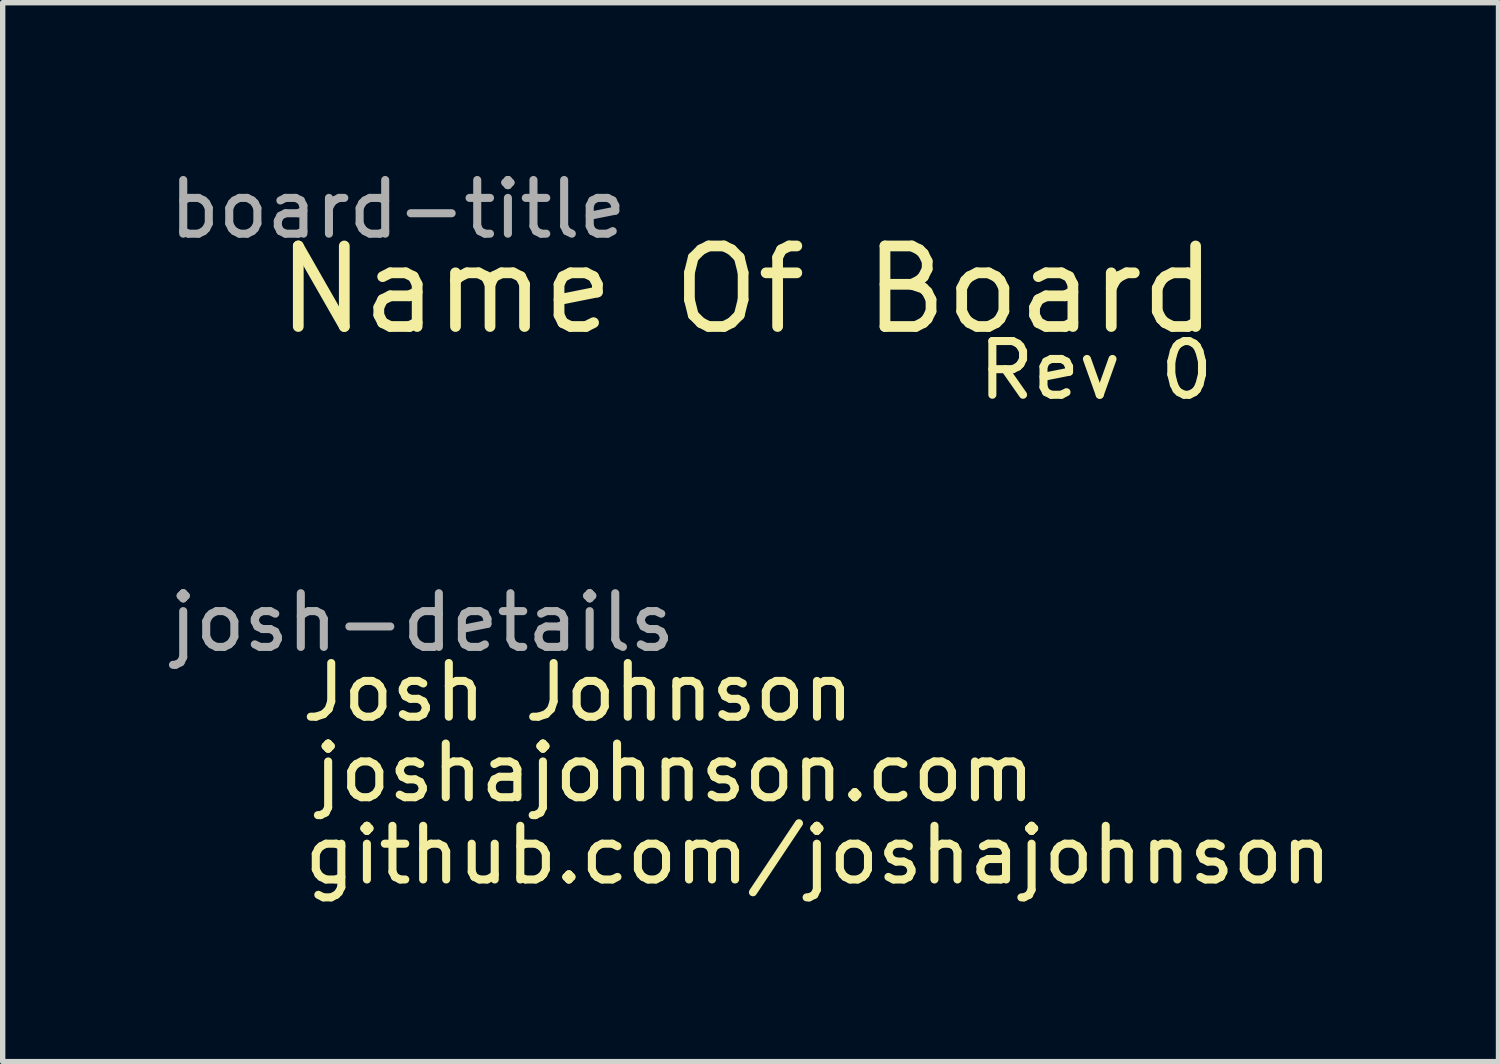
<source format=kicad_pcb>
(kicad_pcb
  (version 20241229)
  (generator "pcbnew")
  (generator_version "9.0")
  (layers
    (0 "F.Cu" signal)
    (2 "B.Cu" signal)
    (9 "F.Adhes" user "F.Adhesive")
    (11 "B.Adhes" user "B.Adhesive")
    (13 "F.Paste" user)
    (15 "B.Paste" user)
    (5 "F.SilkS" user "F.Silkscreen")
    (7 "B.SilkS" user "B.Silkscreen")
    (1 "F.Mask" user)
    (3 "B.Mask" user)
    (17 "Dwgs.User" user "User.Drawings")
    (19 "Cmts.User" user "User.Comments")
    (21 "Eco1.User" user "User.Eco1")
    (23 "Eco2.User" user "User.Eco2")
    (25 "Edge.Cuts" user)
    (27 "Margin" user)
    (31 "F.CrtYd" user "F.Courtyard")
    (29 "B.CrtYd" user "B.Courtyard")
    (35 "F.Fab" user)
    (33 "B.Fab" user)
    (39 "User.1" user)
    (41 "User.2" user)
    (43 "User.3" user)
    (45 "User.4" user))
  (footprint "board-title"
    (layer "F.Cu")
    (at 10.363 2.248)
    (property "Reference" "board-title" (at -6 -1.4 0) (layer "F.Fab") (effects (font (size 1 1) (thickness 0.15))))
    (attr through_hole)
    (fp_text user "YYYY-MM-DD" (at -2.8 1.6 0) (layer "F.Mask") (effects (font (size 1 1) (thickness 0.15))))
    (fp_text user "Rev 0" (at 7 1.6 0) (layer "F.SilkS") (effects (font (size 1 1) (thickness 0.15))))
    (fp_text user "Name Of Board" (at 0.5 0.1 0) (layer "F.SilkS") (effects (font (size 1.5 1.5) (thickness 0.2)))))
  (footprint "josh-details"
    (layer "F.Cu")
    (at 7.515 10.845)
    (property "Reference" "josh-details" (at -2.7 -2.3 0) (layer "F.Fab") (effects (font (size 1 1) (thickness 0.15))))
    (attr through_hole)
    (fp_text user "Josh Johnson" (at 0.2 -1 180) (layer "F.SilkS") (effects (font (size 1 1) (thickness 0.15))))
    (fp_text user "joshajohnson.com" (at 2 0.5 0) (layer "F.SilkS") (effects (font (size 1 1) (thickness 0.15))))
    (fp_text user "github.com/joshajohnson" (at 4.674 2.032 0) (layer "F.SilkS") (effects (font (size 1 1) (thickness 0.15)))))
  (gr_rect
    (start -3 -3)
    (end 24.862 16.725)
    (stroke (width 0.1) (type default))
    (fill no)
    (layer "Edge.Cuts")))
</source>
